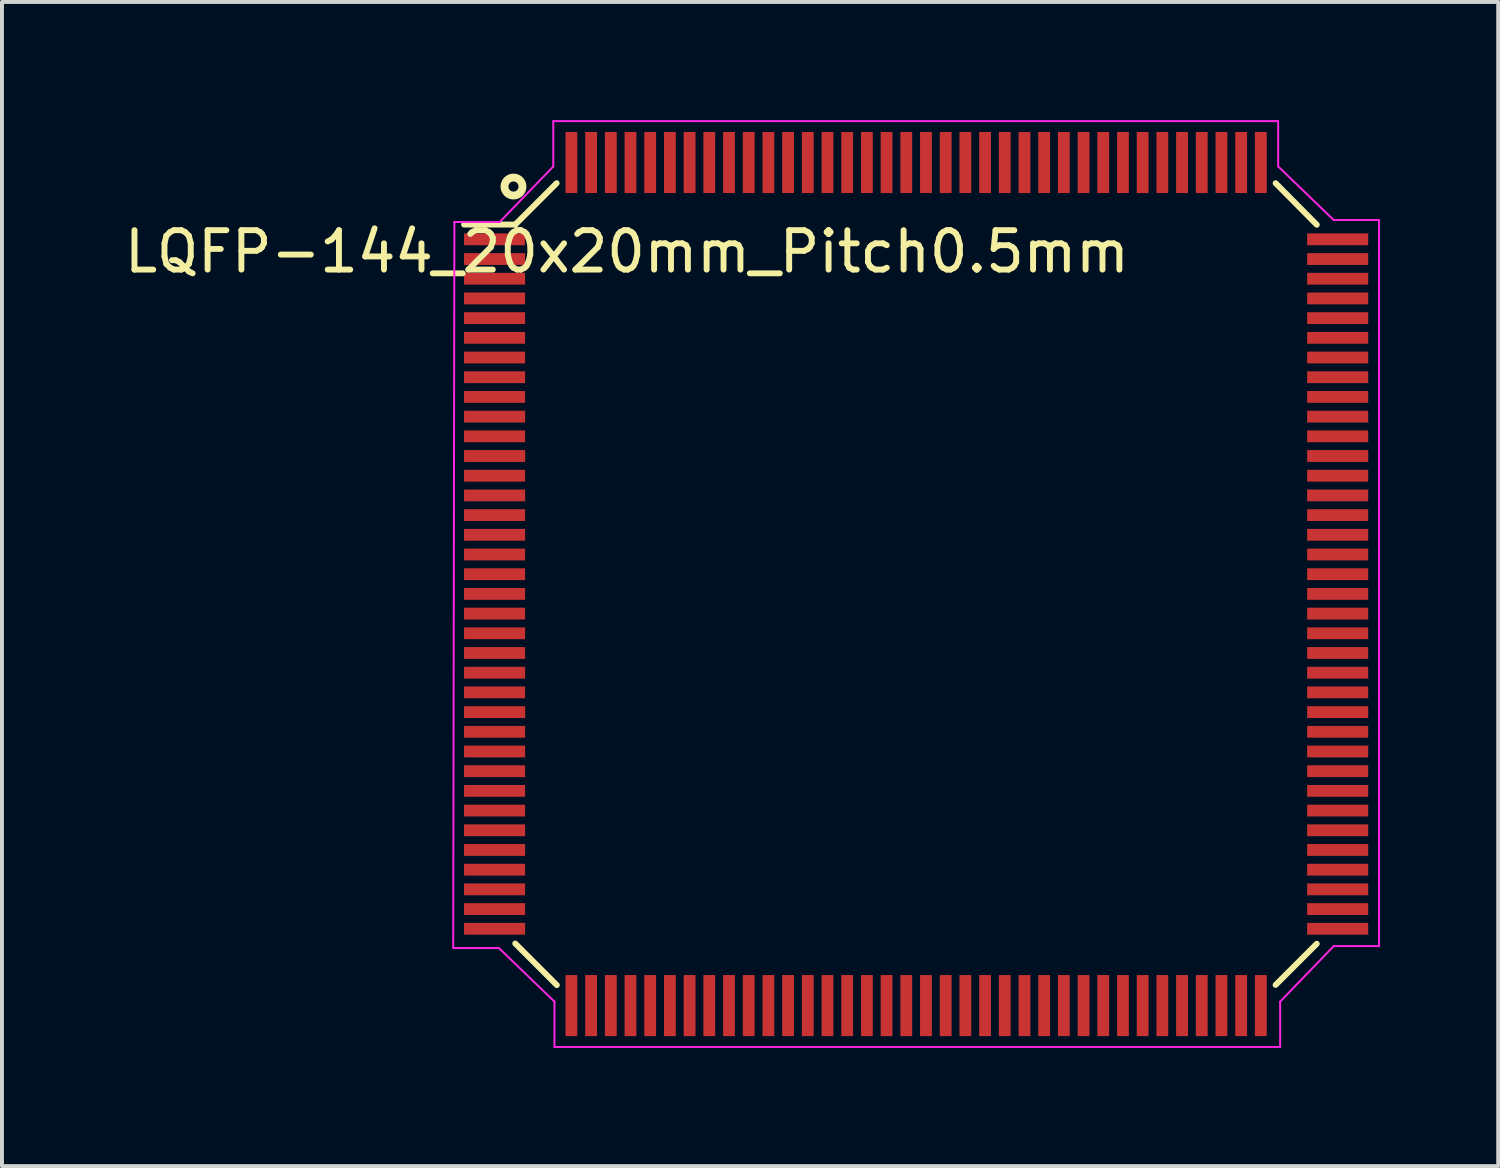
<source format=kicad_pcb>
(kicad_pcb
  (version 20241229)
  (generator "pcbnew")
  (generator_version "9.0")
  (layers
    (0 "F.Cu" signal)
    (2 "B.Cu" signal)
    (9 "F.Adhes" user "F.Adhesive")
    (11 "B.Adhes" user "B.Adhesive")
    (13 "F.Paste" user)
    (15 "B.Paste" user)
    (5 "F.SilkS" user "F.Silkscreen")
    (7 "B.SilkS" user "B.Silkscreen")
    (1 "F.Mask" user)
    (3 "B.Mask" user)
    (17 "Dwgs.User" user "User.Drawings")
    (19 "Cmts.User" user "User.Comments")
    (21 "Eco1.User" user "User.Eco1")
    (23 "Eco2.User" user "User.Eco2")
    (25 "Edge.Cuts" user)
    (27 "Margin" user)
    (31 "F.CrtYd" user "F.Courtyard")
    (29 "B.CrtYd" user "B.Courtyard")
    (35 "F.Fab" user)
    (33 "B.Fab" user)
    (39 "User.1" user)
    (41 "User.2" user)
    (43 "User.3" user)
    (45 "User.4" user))
  (footprint "LQFP-144_20x20mm_Pitch0.5mm"
    (layer "F.Cu")
    (at 20.204 11.775)
    (property "Reference" "LQFP-144_20x20mm_Pitch0.5mm" (at -7.341 -8.437 0) (layer "F.SilkS") (effects (font (size 1 1) (thickness 0.15))))
    (attr smd)
    (fp_line (start -10.18 -9.12) (end -9.125 -10.175) (stroke (width 0.15) (type solid)) (layer "F.SilkS"))
    (fp_line (start -10.175 -9.125) (end -11.475 -9.125) (stroke (width 0.15) (type solid)) (layer "F.SilkS"))
    (fp_line (start -9.12 10.18) (end -10.175 9.125) (stroke (width 0.15) (type solid)) (layer "F.SilkS"))
    (fp_line (start 10.17 -9.12) (end 9.125 -10.175) (stroke (width 0.15) (type solid)) (layer "F.SilkS"))
    (fp_line (start 10.17 9.13) (end 9.125 10.175) (stroke (width 0.15) (type solid)) (layer "F.SilkS"))
    (fp_circle (center -10.22 -10.09) (end -10.01 -10.18) (stroke (width 0.2) (type solid)) (fill no) (layer "F.SilkS"))
    (fp_line (start -11.74 9.24) (end -10.59 9.24) (stroke (width 0.05) (type solid)) (layer "F.CrtYd"))
    (fp_line (start -11.72 -9.19) (end -11.75 9.24) (stroke (width 0.05) (type solid)) (layer "F.CrtYd"))
    (fp_line (start -11.72 -9.19) (end -10.57 -9.19) (stroke (width 0.05) (type solid)) (layer "F.CrtYd"))
    (fp_line (start -10.59 9.24) (end -9.18 10.6) (stroke (width 0.05) (type solid)) (layer "F.CrtYd"))
    (fp_line (start -9.21 -11.75) (end -9.21 -10.6) (stroke (width 0.05) (type solid)) (layer "F.CrtYd"))
    (fp_line (start -9.21 -11.75) (end 9.19 -11.75) (stroke (width 0.05) (type solid)) (layer "F.CrtYd"))
    (fp_line (start -9.21 -10.6) (end -10.57 -9.19) (stroke (width 0.05) (type solid)) (layer "F.CrtYd"))
    (fp_line (start -9.18 11.75) (end -9.18 10.6) (stroke (width 0.05) (type solid)) (layer "F.CrtYd"))
    (fp_line (start -9.18 11.75) (end 9.24 11.75) (stroke (width 0.05) (type solid)) (layer "F.CrtYd"))
    (fp_line (start 9.19 -11.75) (end 9.19 -10.6) (stroke (width 0.05) (type solid)) (layer "F.CrtYd"))
    (fp_line (start 9.24 10.6) (end 10.6 9.19) (stroke (width 0.05) (type solid)) (layer "F.CrtYd"))
    (fp_line (start 9.24 11.75) (end 9.24 10.6) (stroke (width 0.05) (type solid)) (layer "F.CrtYd"))
    (fp_line (start 10.6 -9.24) (end 9.19 -10.6) (stroke (width 0.05) (type solid)) (layer "F.CrtYd"))
    (fp_line (start 11.75 -9.24) (end 10.6 -9.24) (stroke (width 0.05) (type solid)) (layer "F.CrtYd"))
    (fp_line (start 11.75 -9.24) (end 11.75 9.19) (stroke (width 0.05) (type solid)) (layer "F.CrtYd"))
    (fp_line (start 11.75 9.19) (end 10.6 9.19) (stroke (width 0.05) (type solid)) (layer "F.CrtYd"))
    (pad "1" smd rect (at -10.7 -8.75) (size 1.55 0.3) (layers "F.Cu" "F.Mask" "F.Paste"))
    (pad "2" smd rect (at -10.7 -8.25) (size 1.55 0.3) (layers "F.Cu" "F.Mask" "F.Paste"))
    (pad "3" smd rect (at -10.7 -7.75) (size 1.55 0.3) (layers "F.Cu" "F.Mask" "F.Paste"))
    (pad "4" smd rect (at -10.7 -7.25) (size 1.55 0.3) (layers "F.Cu" "F.Mask" "F.Paste"))
    (pad "5" smd rect (at -10.7 -6.75) (size 1.55 0.3) (layers "F.Cu" "F.Mask" "F.Paste"))
    (pad "6" smd rect (at -10.7 -6.25) (size 1.55 0.3) (layers "F.Cu" "F.Mask" "F.Paste"))
    (pad "7" smd rect (at -10.7 -5.75) (size 1.55 0.3) (layers "F.Cu" "F.Mask" "F.Paste"))
    (pad "8" smd rect (at -10.7 -5.25) (size 1.55 0.3) (layers "F.Cu" "F.Mask" "F.Paste"))
    (pad "9" smd rect (at -10.7 -4.75) (size 1.55 0.3) (layers "F.Cu" "F.Mask" "F.Paste"))
    (pad "10" smd rect (at -10.7 -4.25) (size 1.55 0.3) (layers "F.Cu" "F.Mask" "F.Paste"))
    (pad "11" smd rect (at -10.7 -3.75) (size 1.55 0.3) (layers "F.Cu" "F.Mask" "F.Paste"))
    (pad "12" smd rect (at -10.7 -3.25) (size 1.55 0.3) (layers "F.Cu" "F.Mask" "F.Paste"))
    (pad "13" smd rect (at -10.7 -2.75) (size 1.55 0.3) (layers "F.Cu" "F.Mask" "F.Paste"))
    (pad "14" smd rect (at -10.7 -2.25) (size 1.55 0.3) (layers "F.Cu" "F.Mask" "F.Paste"))
    (pad "15" smd rect (at -10.7 -1.75) (size 1.55 0.3) (layers "F.Cu" "F.Mask" "F.Paste"))
    (pad "16" smd rect (at -10.7 -1.25) (size 1.55 0.3) (layers "F.Cu" "F.Mask" "F.Paste"))
    (pad "17" smd rect (at -10.7 -0.75) (size 1.55 0.3) (layers "F.Cu" "F.Mask" "F.Paste"))
    (pad "18" smd rect (at -10.7 -0.25) (size 1.55 0.3) (layers "F.Cu" "F.Mask" "F.Paste"))
    (pad "19" smd rect (at -10.7 0.25) (size 1.55 0.3) (layers "F.Cu" "F.Mask" "F.Paste"))
    (pad "20" smd rect (at -10.7 0.75) (size 1.55 0.3) (layers "F.Cu" "F.Mask" "F.Paste"))
    (pad "21" smd rect (at -10.7 1.25) (size 1.55 0.3) (layers "F.Cu" "F.Mask" "F.Paste"))
    (pad "22" smd rect (at -10.7 1.75) (size 1.55 0.3) (layers "F.Cu" "F.Mask" "F.Paste"))
    (pad "23" smd rect (at -10.7 2.25) (size 1.55 0.3) (layers "F.Cu" "F.Mask" "F.Paste"))
    (pad "24" smd rect (at -10.7 2.75) (size 1.55 0.3) (layers "F.Cu" "F.Mask" "F.Paste"))
    (pad "25" smd rect (at -10.7 3.25) (size 1.55 0.3) (layers "F.Cu" "F.Mask" "F.Paste"))
    (pad "26" smd rect (at -10.7 3.75) (size 1.55 0.3) (layers "F.Cu" "F.Mask" "F.Paste"))
    (pad "27" smd rect (at -10.7 4.25) (size 1.55 0.3) (layers "F.Cu" "F.Mask" "F.Paste"))
    (pad "28" smd rect (at -10.7 4.75) (size 1.55 0.3) (layers "F.Cu" "F.Mask" "F.Paste"))
    (pad "29" smd rect (at -10.7 5.25) (size 1.55 0.3) (layers "F.Cu" "F.Mask" "F.Paste"))
    (pad "30" smd rect (at -10.7 5.75) (size 1.55 0.3) (layers "F.Cu" "F.Mask" "F.Paste"))
    (pad "31" smd rect (at -10.7 6.25) (size 1.55 0.3) (layers "F.Cu" "F.Mask" "F.Paste"))
    (pad "32" smd rect (at -10.7 6.75) (size 1.55 0.3) (layers "F.Cu" "F.Mask" "F.Paste"))
    (pad "33" smd rect (at -10.7 7.25) (size 1.55 0.3) (layers "F.Cu" "F.Mask" "F.Paste"))
    (pad "34" smd rect (at -10.7 7.75) (size 1.55 0.3) (layers "F.Cu" "F.Mask" "F.Paste"))
    (pad "35" smd rect (at -10.7 8.25) (size 1.55 0.3) (layers "F.Cu" "F.Mask" "F.Paste"))
    (pad "36" smd rect (at -10.7 8.75) (size 1.55 0.3) (layers "F.Cu" "F.Mask" "F.Paste"))
    (pad "37" smd rect (at -8.75 10.7 90) (size 1.55 0.3) (layers "F.Cu" "F.Mask" "F.Paste"))
    (pad "38" smd rect (at -8.25 10.7 90) (size 1.55 0.3) (layers "F.Cu" "F.Mask" "F.Paste"))
    (pad "39" smd rect (at -7.75 10.7 90) (size 1.55 0.3) (layers "F.Cu" "F.Mask" "F.Paste"))
    (pad "40" smd rect (at -7.25 10.7 90) (size 1.55 0.3) (layers "F.Cu" "F.Mask" "F.Paste"))
    (pad "41" smd rect (at -6.75 10.7 90) (size 1.55 0.3) (layers "F.Cu" "F.Mask" "F.Paste"))
    (pad "42" smd rect (at -6.25 10.7 90) (size 1.55 0.3) (layers "F.Cu" "F.Mask" "F.Paste"))
    (pad "43" smd rect (at -5.75 10.7 90) (size 1.55 0.3) (layers "F.Cu" "F.Mask" "F.Paste"))
    (pad "44" smd rect (at -5.25 10.7 90) (size 1.55 0.3) (layers "F.Cu" "F.Mask" "F.Paste"))
    (pad "45" smd rect (at -4.75 10.7 90) (size 1.55 0.3) (layers "F.Cu" "F.Mask" "F.Paste"))
    (pad "46" smd rect (at -4.25 10.7 90) (size 1.55 0.3) (layers "F.Cu" "F.Mask" "F.Paste"))
    (pad "47" smd rect (at -3.75 10.7 90) (size 1.55 0.3) (layers "F.Cu" "F.Mask" "F.Paste"))
    (pad "48" smd rect (at -3.25 10.7 90) (size 1.55 0.3) (layers "F.Cu" "F.Mask" "F.Paste"))
    (pad "49" smd rect (at -2.75 10.7 90) (size 1.55 0.3) (layers "F.Cu" "F.Mask" "F.Paste"))
    (pad "50" smd rect (at -2.25 10.7 90) (size 1.55 0.3) (layers "F.Cu" "F.Mask" "F.Paste"))
    (pad "51" smd rect (at -1.75 10.7 90) (size 1.55 0.3) (layers "F.Cu" "F.Mask" "F.Paste"))
    (pad "52" smd rect (at -1.25 10.7 90) (size 1.55 0.3) (layers "F.Cu" "F.Mask" "F.Paste"))
    (pad "53" smd rect (at -0.75 10.7 90) (size 1.55 0.3) (layers "F.Cu" "F.Mask" "F.Paste"))
    (pad "54" smd rect (at -0.25 10.7 90) (size 1.55 0.3) (layers "F.Cu" "F.Mask" "F.Paste"))
    (pad "55" smd rect (at 0.25 10.7 90) (size 1.55 0.3) (layers "F.Cu" "F.Mask" "F.Paste"))
    (pad "56" smd rect (at 0.75 10.7 90) (size 1.55 0.3) (layers "F.Cu" "F.Mask" "F.Paste"))
    (pad "57" smd rect (at 1.25 10.7 90) (size 1.55 0.3) (layers "F.Cu" "F.Mask" "F.Paste"))
    (pad "58" smd rect (at 1.75 10.7 90) (size 1.55 0.3) (layers "F.Cu" "F.Mask" "F.Paste"))
    (pad "59" smd rect (at 2.25 10.7 90) (size 1.55 0.3) (layers "F.Cu" "F.Mask" "F.Paste"))
    (pad "60" smd rect (at 2.75 10.7 90) (size 1.55 0.3) (layers "F.Cu" "F.Mask" "F.Paste"))
    (pad "61" smd rect (at 3.25 10.7 90) (size 1.55 0.3) (layers "F.Cu" "F.Mask" "F.Paste"))
    (pad "62" smd rect (at 3.75 10.7 90) (size 1.55 0.3) (layers "F.Cu" "F.Mask" "F.Paste"))
    (pad "63" smd rect (at 4.25 10.7 90) (size 1.55 0.3) (layers "F.Cu" "F.Mask" "F.Paste"))
    (pad "64" smd rect (at 4.75 10.7 90) (size 1.55 0.3) (layers "F.Cu" "F.Mask" "F.Paste"))
    (pad "65" smd rect (at 5.25 10.7 90) (size 1.55 0.3) (layers "F.Cu" "F.Mask" "F.Paste"))
    (pad "66" smd rect (at 5.75 10.7 90) (size 1.55 0.3) (layers "F.Cu" "F.Mask" "F.Paste"))
    (pad "67" smd rect (at 6.25 10.7 90) (size 1.55 0.3) (layers "F.Cu" "F.Mask" "F.Paste"))
    (pad "68" smd rect (at 6.75 10.7 90) (size 1.55 0.3) (layers "F.Cu" "F.Mask" "F.Paste"))
    (pad "69" smd rect (at 7.25 10.7 90) (size 1.55 0.3) (layers "F.Cu" "F.Mask" "F.Paste"))
    (pad "70" smd rect (at 7.75 10.7 90) (size 1.55 0.3) (layers "F.Cu" "F.Mask" "F.Paste"))
    (pad "71" smd rect (at 8.25 10.7 90) (size 1.55 0.3) (layers "F.Cu" "F.Mask" "F.Paste"))
    (pad "72" smd rect (at 8.75 10.7 90) (size 1.55 0.3) (layers "F.Cu" "F.Mask" "F.Paste"))
    (pad "73" smd rect (at 10.7 8.75) (size 1.55 0.3) (layers "F.Cu" "F.Mask" "F.Paste"))
    (pad "74" smd rect (at 10.7 8.25) (size 1.55 0.3) (layers "F.Cu" "F.Mask" "F.Paste"))
    (pad "75" smd rect (at 10.7 7.75) (size 1.55 0.3) (layers "F.Cu" "F.Mask" "F.Paste"))
    (pad "76" smd rect (at 10.7 7.25) (size 1.55 0.3) (layers "F.Cu" "F.Mask" "F.Paste"))
    (pad "77" smd rect (at 10.7 6.75) (size 1.55 0.3) (layers "F.Cu" "F.Mask" "F.Paste"))
    (pad "78" smd rect (at 10.7 6.25) (size 1.55 0.3) (layers "F.Cu" "F.Mask" "F.Paste"))
    (pad "79" smd rect (at 10.7 5.75) (size 1.55 0.3) (layers "F.Cu" "F.Mask" "F.Paste"))
    (pad "80" smd rect (at 10.7 5.25) (size 1.55 0.3) (layers "F.Cu" "F.Mask" "F.Paste"))
    (pad "81" smd rect (at 10.7 4.75) (size 1.55 0.3) (layers "F.Cu" "F.Mask" "F.Paste"))
    (pad "82" smd rect (at 10.7 4.25) (size 1.55 0.3) (layers "F.Cu" "F.Mask" "F.Paste"))
    (pad "83" smd rect (at 10.7 3.75) (size 1.55 0.3) (layers "F.Cu" "F.Mask" "F.Paste"))
    (pad "84" smd rect (at 10.7 3.25) (size 1.55 0.3) (layers "F.Cu" "F.Mask" "F.Paste"))
    (pad "85" smd rect (at 10.7 2.75) (size 1.55 0.3) (layers "F.Cu" "F.Mask" "F.Paste"))
    (pad "86" smd rect (at 10.7 2.25) (size 1.55 0.3) (layers "F.Cu" "F.Mask" "F.Paste"))
    (pad "87" smd rect (at 10.7 1.75) (size 1.55 0.3) (layers "F.Cu" "F.Mask" "F.Paste"))
    (pad "88" smd rect (at 10.7 1.25) (size 1.55 0.3) (layers "F.Cu" "F.Mask" "F.Paste"))
    (pad "89" smd rect (at 10.7 0.75) (size 1.55 0.3) (layers "F.Cu" "F.Mask" "F.Paste"))
    (pad "90" smd rect (at 10.7 0.25) (size 1.55 0.3) (layers "F.Cu" "F.Mask" "F.Paste"))
    (pad "91" smd rect (at 10.7 -0.25) (size 1.55 0.3) (layers "F.Cu" "F.Mask" "F.Paste"))
    (pad "92" smd rect (at 10.7 -0.75) (size 1.55 0.3) (layers "F.Cu" "F.Mask" "F.Paste"))
    (pad "93" smd rect (at 10.7 -1.25) (size 1.55 0.3) (layers "F.Cu" "F.Mask" "F.Paste"))
    (pad "94" smd rect (at 10.7 -1.75) (size 1.55 0.3) (layers "F.Cu" "F.Mask" "F.Paste"))
    (pad "95" smd rect (at 10.7 -2.25) (size 1.55 0.3) (layers "F.Cu" "F.Mask" "F.Paste"))
    (pad "96" smd rect (at 10.7 -2.75) (size 1.55 0.3) (layers "F.Cu" "F.Mask" "F.Paste"))
    (pad "97" smd rect (at 10.7 -3.25) (size 1.55 0.3) (layers "F.Cu" "F.Mask" "F.Paste"))
    (pad "98" smd rect (at 10.7 -3.75) (size 1.55 0.3) (layers "F.Cu" "F.Mask" "F.Paste"))
    (pad "99" smd rect (at 10.7 -4.25) (size 1.55 0.3) (layers "F.Cu" "F.Mask" "F.Paste"))
    (pad "100" smd rect (at 10.7 -4.75) (size 1.55 0.3) (layers "F.Cu" "F.Mask" "F.Paste"))
    (pad "101" smd rect (at 10.7 -5.25) (size 1.55 0.3) (layers "F.Cu" "F.Mask" "F.Paste"))
    (pad "102" smd rect (at 10.7 -5.75) (size 1.55 0.3) (layers "F.Cu" "F.Mask" "F.Paste"))
    (pad "103" smd rect (at 10.7 -6.25) (size 1.55 0.3) (layers "F.Cu" "F.Mask" "F.Paste"))
    (pad "104" smd rect (at 10.7 -6.75) (size 1.55 0.3) (layers "F.Cu" "F.Mask" "F.Paste"))
    (pad "105" smd rect (at 10.7 -7.25) (size 1.55 0.3) (layers "F.Cu" "F.Mask" "F.Paste"))
    (pad "106" smd rect (at 10.7 -7.75) (size 1.55 0.3) (layers "F.Cu" "F.Mask" "F.Paste"))
    (pad "107" smd rect (at 10.7 -8.25) (size 1.55 0.3) (layers "F.Cu" "F.Mask" "F.Paste"))
    (pad "108" smd rect (at 10.7 -8.75) (size 1.55 0.3) (layers "F.Cu" "F.Mask" "F.Paste"))
    (pad "109" smd rect (at 8.75 -10.7 90) (size 1.55 0.3) (layers "F.Cu" "F.Mask" "F.Paste"))
    (pad "110" smd rect (at 8.25 -10.7 90) (size 1.55 0.3) (layers "F.Cu" "F.Mask" "F.Paste"))
    (pad "111" smd rect (at 7.75 -10.7 90) (size 1.55 0.3) (layers "F.Cu" "F.Mask" "F.Paste"))
    (pad "112" smd rect (at 7.25 -10.7 90) (size 1.55 0.3) (layers "F.Cu" "F.Mask" "F.Paste"))
    (pad "113" smd rect (at 6.75 -10.7 90) (size 1.55 0.3) (layers "F.Cu" "F.Mask" "F.Paste"))
    (pad "114" smd rect (at 6.25 -10.7 90) (size 1.55 0.3) (layers "F.Cu" "F.Mask" "F.Paste"))
    (pad "115" smd rect (at 5.75 -10.7 90) (size 1.55 0.3) (layers "F.Cu" "F.Mask" "F.Paste"))
    (pad "116" smd rect (at 5.25 -10.7 90) (size 1.55 0.3) (layers "F.Cu" "F.Mask" "F.Paste"))
    (pad "117" smd rect (at 4.75 -10.7 90) (size 1.55 0.3) (layers "F.Cu" "F.Mask" "F.Paste"))
    (pad "118" smd rect (at 4.25 -10.7 90) (size 1.55 0.3) (layers "F.Cu" "F.Mask" "F.Paste"))
    (pad "119" smd rect (at 3.75 -10.7 90) (size 1.55 0.3) (layers "F.Cu" "F.Mask" "F.Paste"))
    (pad "120" smd rect (at 3.25 -10.7 90) (size 1.55 0.3) (layers "F.Cu" "F.Mask" "F.Paste"))
    (pad "121" smd rect (at 2.75 -10.7 90) (size 1.55 0.3) (layers "F.Cu" "F.Mask" "F.Paste"))
    (pad "122" smd rect (at 2.25 -10.7 90) (size 1.55 0.3) (layers "F.Cu" "F.Mask" "F.Paste"))
    (pad "123" smd rect (at 1.75 -10.7 90) (size 1.55 0.3) (layers "F.Cu" "F.Mask" "F.Paste"))
    (pad "124" smd rect (at 1.25 -10.7 90) (size 1.55 0.3) (layers "F.Cu" "F.Mask" "F.Paste"))
    (pad "125" smd rect (at 0.75 -10.7 90) (size 1.55 0.3) (layers "F.Cu" "F.Mask" "F.Paste"))
    (pad "126" smd rect (at 0.25 -10.7 90) (size 1.55 0.3) (layers "F.Cu" "F.Mask" "F.Paste"))
    (pad "127" smd rect (at -0.25 -10.7 90) (size 1.55 0.3) (layers "F.Cu" "F.Mask" "F.Paste"))
    (pad "128" smd rect (at -0.75 -10.7 90) (size 1.55 0.3) (layers "F.Cu" "F.Mask" "F.Paste"))
    (pad "129" smd rect (at -1.25 -10.7 90) (size 1.55 0.3) (layers "F.Cu" "F.Mask" "F.Paste"))
    (pad "130" smd rect (at -1.75 -10.7 90) (size 1.55 0.3) (layers "F.Cu" "F.Mask" "F.Paste"))
    (pad "131" smd rect (at -2.25 -10.7 90) (size 1.55 0.3) (layers "F.Cu" "F.Mask" "F.Paste"))
    (pad "132" smd rect (at -2.75 -10.7 90) (size 1.55 0.3) (layers "F.Cu" "F.Mask" "F.Paste"))
    (pad "133" smd rect (at -3.25 -10.7 90) (size 1.55 0.3) (layers "F.Cu" "F.Mask" "F.Paste"))
    (pad "134" smd rect (at -3.75 -10.7 90) (size 1.55 0.3) (layers "F.Cu" "F.Mask" "F.Paste"))
    (pad "135" smd rect (at -4.25 -10.7 90) (size 1.55 0.3) (layers "F.Cu" "F.Mask" "F.Paste"))
    (pad "136" smd rect (at -4.75 -10.7 90) (size 1.55 0.3) (layers "F.Cu" "F.Mask" "F.Paste"))
    (pad "137" smd rect (at -5.25 -10.7 90) (size 1.55 0.3) (layers "F.Cu" "F.Mask" "F.Paste"))
    (pad "138" smd rect (at -5.75 -10.7 90) (size 1.55 0.3) (layers "F.Cu" "F.Mask" "F.Paste"))
    (pad "139" smd rect (at -6.25 -10.7 90) (size 1.55 0.3) (layers "F.Cu" "F.Mask" "F.Paste"))
    (pad "140" smd rect (at -6.75 -10.7 90) (size 1.55 0.3) (layers "F.Cu" "F.Mask" "F.Paste"))
    (pad "141" smd rect (at -7.25 -10.7 90) (size 1.55 0.3) (layers "F.Cu" "F.Mask" "F.Paste"))
    (pad "142" smd rect (at -7.75 -10.7 90) (size 1.55 0.3) (layers "F.Cu" "F.Mask" "F.Paste"))
    (pad "143" smd rect (at -8.25 -10.7 90) (size 1.55 0.3) (layers "F.Cu" "F.Mask" "F.Paste"))
    (pad "144" smd rect (at -8.75 -10.7 90) (size 1.55 0.3) (layers "F.Cu" "F.Mask" "F.Paste")))
  (gr_rect
    (start -3 -3)
    (end 34.979 26.55)
    (stroke (width 0.1) (type default))
    (fill no)
    (layer "Edge.Cuts")))
</source>
